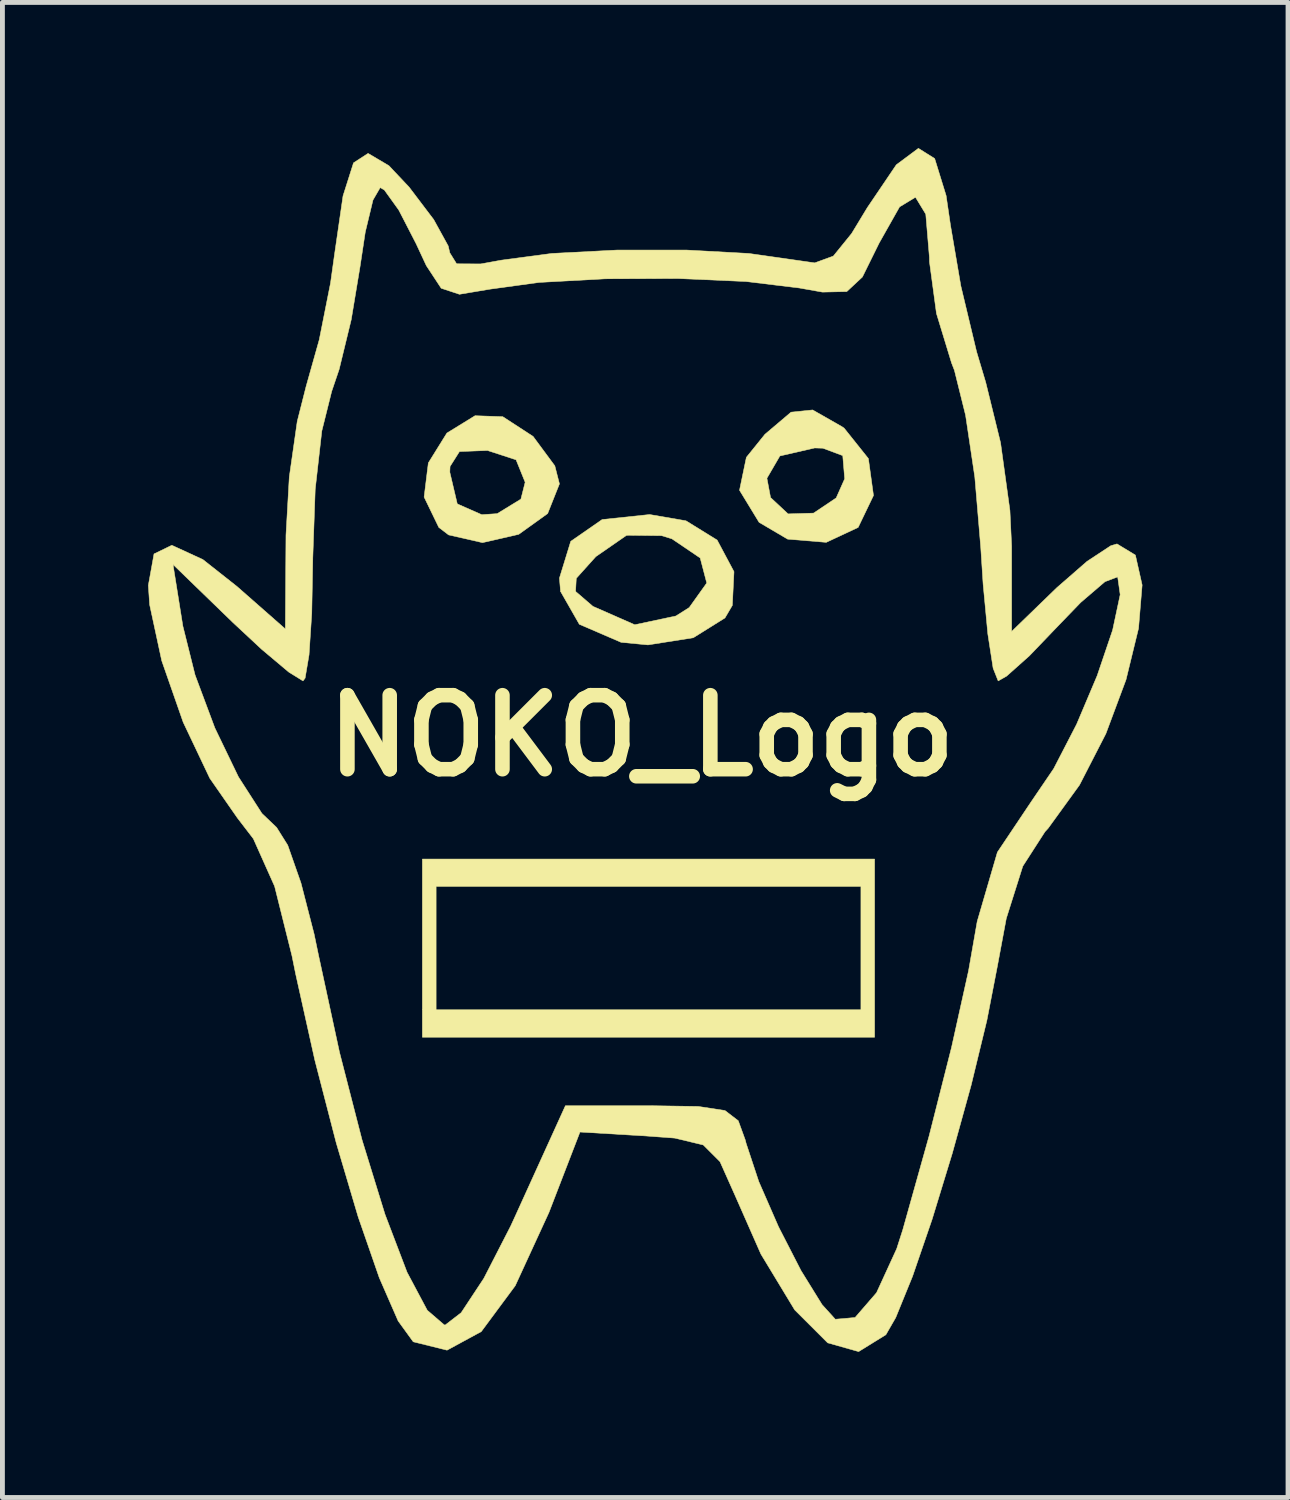
<source format=kicad_pcb>
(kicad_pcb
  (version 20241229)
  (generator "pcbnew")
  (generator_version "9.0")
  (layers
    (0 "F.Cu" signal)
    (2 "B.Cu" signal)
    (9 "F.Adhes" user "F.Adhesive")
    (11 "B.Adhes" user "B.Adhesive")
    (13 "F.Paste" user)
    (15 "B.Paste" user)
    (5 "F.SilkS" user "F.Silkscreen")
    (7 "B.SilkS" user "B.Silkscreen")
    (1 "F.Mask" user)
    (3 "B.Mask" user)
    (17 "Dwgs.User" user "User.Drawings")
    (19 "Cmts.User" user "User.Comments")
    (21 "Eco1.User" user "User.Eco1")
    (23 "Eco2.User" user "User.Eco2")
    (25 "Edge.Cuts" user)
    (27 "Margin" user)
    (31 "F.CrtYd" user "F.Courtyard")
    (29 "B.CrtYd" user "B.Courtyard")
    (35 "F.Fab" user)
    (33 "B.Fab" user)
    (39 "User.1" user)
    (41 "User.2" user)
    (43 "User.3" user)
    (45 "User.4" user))
  (footprint "NOKO_Logo"
    (layer "F.Cu")
    (at 10.165 12.103)
    (property "Reference" "NOKO_Logo" (at 0 0 0) (layer "F.SilkS") (effects (font (size 1.524 1.524) (thickness 0.3))))
    (attr through_hole)
    (fp_poly (pts (xy 4.798 6.209) (xy -4.516 6.209) (xy -4.516 3.104) (xy -4.233 3.104) (xy -4.233 5.644) (xy 4.516 5.644) (xy 4.516 3.104) (xy -4.233 3.104) (xy -4.516 3.104) (xy -4.516 2.54) (xy 4.798 2.54) (xy 4.798 6.209)) (stroke (width 0.01) (type solid)) (fill yes) (layer "F.SilkS"))
    (fp_poly (pts (xy -2.86 -6.571) (xy -2.236 -6.165) (xy -1.788 -5.559) (xy -1.693 -5.187) (xy -1.936 -4.576) (xy -2.532 -4.148) (xy -3.278 -3.977) (xy -3.975 -4.136) (xy -4.177 -4.29) (xy -4.48 -4.916) (xy -4.417 -5.428) (xy -3.951 -5.428) (xy -3.797 -4.775) (xy -3.293 -4.553) (xy -2.975 -4.574) (xy -2.487 -4.873) (xy -2.399 -5.221) (xy -2.586 -5.683) (xy -3.175 -5.875) (xy -3.752 -5.853) (xy -3.946 -5.546) (xy -3.951 -5.428) (xy -4.417 -5.428) (xy -4.393 -5.619) (xy -4.011 -6.234) (xy -3.431 -6.591) (xy -2.86 -6.571)) (stroke (width 0.01) (type solid)) (fill yes) (layer "F.SilkS"))
    (fp_poly (pts (xy 4.127 -6.365) (xy 4.171 -6.334) (xy 4.67 -5.709) (xy 4.775 -4.948) (xy 4.459 -4.29) (xy 3.802 -3.983) (xy 3.007 -4.049) (xy 2.419 -4.395) (xy 2.016 -5.056) (xy 2.067 -5.303) (xy 2.58 -5.303) (xy 2.655 -4.906) (xy 3.016 -4.569) (xy 3.541 -4.585) (xy 4.007 -4.898) (xy 4.182 -5.292) (xy 4.142 -5.769) (xy 3.732 -5.922) (xy 3.564 -5.927) (xy 2.847 -5.762) (xy 2.58 -5.303) (xy 2.067 -5.303) (xy 2.157 -5.734) (xy 2.54 -6.209) (xy 3.077 -6.664) (xy 3.522 -6.71) (xy 4.127 -6.365)) (stroke (width 0.01) (type solid)) (fill yes) (layer "F.SilkS"))
    (fp_poly (pts (xy 0.913 -4.427) (xy 1.555 -4.03) (xy 1.902 -3.379) (xy 1.868 -2.685) (xy 1.716 -2.426) (xy 1.063 -2.018) (xy 0.131 -1.871) (xy -0.423 -1.924) (xy -1.283 -2.295) (xy -1.67 -2.972) (xy -1.67 -2.972) (xy -1.361 -2.972) (xy -1.004 -2.665) (xy -0.142 -2.286) (xy 0.705 -2.466) (xy 0.98 -2.64) (xy 1.341 -3.146) (xy 1.206 -3.661) (xy 0.623 -4.056) (xy 0.41 -4.121) (xy -0.309 -4.129) (xy -0.943 -3.69) (xy -1.346 -3.242) (xy -1.361 -2.972) (xy -1.67 -2.972) (xy -1.693 -3.246) (xy -1.46 -4.004) (xy -0.813 -4.453) (xy 0.165 -4.556) (xy 0.913 -4.427)) (stroke (width 0.01) (type solid)) (fill yes) (layer "F.SilkS"))
    (fp_poly (pts (xy 6.035 -11.888) (xy 6.271 -11.124) (xy 6.361 -10.513) (xy 6.574 -9.264) (xy 6.899 -7.906) (xy 7.087 -7.276) (xy 7.392 -6.035) (xy 7.585 -4.639) (xy 7.62 -3.905) (xy 7.62 -2.147) (xy 8.551 -3.049) (xy 9.173 -3.591) (xy 9.662 -3.913) (xy 9.79 -3.951) (xy 10.169 -3.721) (xy 10.308 -3.104) (xy 10.234 -2.212) (xy 9.976 -1.154) (xy 9.561 -0.042) (xy 9.018 1.015) (xy 8.373 1.905) (xy 8.307 1.977) (xy 7.85 2.687) (xy 7.51 3.763) (xy 7.327 4.744) (xy 7.11 5.864) (xy 6.787 7.195) (xy 6.397 8.604) (xy 5.982 9.961) (xy 5.58 11.132) (xy 5.233 11.984) (xy 5.03 12.337) (xy 4.469 12.684) (xy 3.832 12.504) (xy 3.152 11.825) (xy 2.456 10.675) (xy 1.918 9.454) (xy 1.614 8.773) (xy 1.269 8.428) (xy 0.683 8.287) (xy 0.103 8.244) (xy -1.27 8.162) (xy -1.909 9.818) (xy -2.603 11.327) (xy -3.303 12.272) (xy -4.008 12.655) (xy -4.704 12.482) (xy -5.015 12.053) (xy -5.403 11.164) (xy -5.838 9.91) (xy -6.29 8.385) (xy -6.73 6.684) (xy -7.127 4.901) (xy -7.201 4.535) (xy -7.559 3.101) (xy -7.997 2.121) (xy -8.325 1.694) (xy -8.894 0.876) (xy -9.442 -0.278) (xy -9.884 -1.545) (xy -10.133 -2.699) (xy -10.16 -3.097) (xy -10.082 -3.528) (xy -9.652 -3.528) (xy -9.449 -2.258) (xy -9.198 -1.252) (xy -8.79 -0.16) (xy -8.304 0.848) (xy -7.82 1.601) (xy -7.518 1.889) (xy -7.289 2.255) (xy -7.016 3.034) (xy -6.746 4.083) (xy -6.656 4.516) (xy -6.223 6.519) (xy -5.759 8.323) (xy -5.286 9.857) (xy -4.831 11.051) (xy -4.415 11.833) (xy -4.065 12.134) (xy -4.045 12.136) (xy -3.717 11.883) (xy -3.251 11.177) (xy -2.697 10.098) (xy -2.596 9.878) (xy -1.57 7.62) (xy 0.197 7.62) (xy 1.167 7.635) (xy 1.716 7.719) (xy 1.99 7.929) (xy 2.133 8.322) (xy 2.152 8.396) (xy 2.412 9.181) (xy 2.819 10.113) (xy 3.283 11.017) (xy 3.716 11.717) (xy 3.989 12.018) (xy 4.396 11.982) (xy 4.838 11.471) (xy 5.253 10.566) (xy 5.379 10.173) (xy 5.92 8.245) (xy 6.383 6.417) (xy 6.733 4.841) (xy 6.911 3.825) (xy 7.327 2.399) (xy 8.024 1.358) (xy 8.487 0.677) (xy 8.959 -0.237) (xy 9.382 -1.237) (xy 9.7 -2.175) (xy 9.856 -2.906) (xy 9.804 -3.272) (xy 9.543 -3.173) (xy 9.043 -2.745) (xy 8.597 -2.283) (xy 7.986 -1.646) (xy 7.516 -1.227) (xy 7.343 -1.129) (xy 7.239 -1.391) (xy 7.13 -2.096) (xy 7.033 -3.123) (xy 6.984 -3.881) (xy 6.862 -5.326) (xy 6.672 -6.6) (xy 6.442 -7.526) (xy 6.382 -7.681) (xy 6.072 -8.697) (xy 5.928 -9.763) (xy 5.927 -9.852) (xy 5.852 -10.742) (xy 5.64 -11.091) (xy 5.312 -10.892) (xy 4.892 -10.148) (xy 4.546 -9.447) (xy 4.225 -9.148) (xy 3.724 -9.137) (xy 3.246 -9.222) (xy 2.151 -9.355) (xy 0.747 -9.417) (xy -0.747 -9.411) (xy -2.114 -9.336) (xy -3.12 -9.198) (xy -3.752 -9.092) (xy -4.128 -9.216) (xy -4.435 -9.683) (xy -4.644 -10.132) (xy -5.002 -10.827) (xy -5.299 -11.24) (xy -5.385 -11.289) (xy -5.533 -11.034) (xy -5.692 -10.373) (xy -5.799 -9.666) (xy -5.981 -8.57) (xy -6.23 -7.546) (xy -6.384 -7.092) (xy -6.587 -6.278) (xy -6.723 -5.075) (xy -6.773 -3.652) (xy -6.773 -3.634) (xy -6.794 -2.524) (xy -6.85 -1.666) (xy -6.931 -1.187) (xy -6.974 -1.129) (xy -7.268 -1.311) (xy -7.829 -1.783) (xy -8.414 -2.328) (xy -9.652 -3.528) (xy -10.082 -3.528) (xy -10.043 -3.745) (xy -9.676 -3.923) (xy -9.038 -3.63) (xy -8.335 -3.075) (xy -7.338 -2.199) (xy -7.325 -4.134) (xy -7.257 -5.328) (xy -7.093 -6.475) (xy -6.91 -7.197) (xy -6.64 -8.155) (xy -6.407 -9.326) (xy -6.325 -9.914) (xy -6.15 -11.119) (xy -5.934 -11.799) (xy -5.634 -11.994) (xy -5.206 -11.741) (xy -4.79 -11.3) (xy -4.282 -10.63) (xy -3.984 -10.088) (xy -3.951 -9.946) (xy -3.811 -9.72) (xy -3.316 -9.717) (xy -2.893 -9.794) (xy -1.851 -9.933) (xy -0.504 -10.003) (xy 0.924 -10.003) (xy 2.207 -9.933) (xy 3.014 -9.818) (xy 3.565 -9.739) (xy 3.948 -9.879) (xy 4.325 -10.344) (xy 4.648 -10.877) (xy 5.245 -11.759) (xy 5.7 -12.098) (xy 6.035 -11.888)) (stroke (width 0.01) (type solid)) (fill yes) (layer "F.SilkS")))
  (gr_rect
    (start -3 -3)
    (end 23.478 27.792)
    (stroke (width 0.1) (type default))
    (fill no)
    (layer "Edge.Cuts")))
</source>
